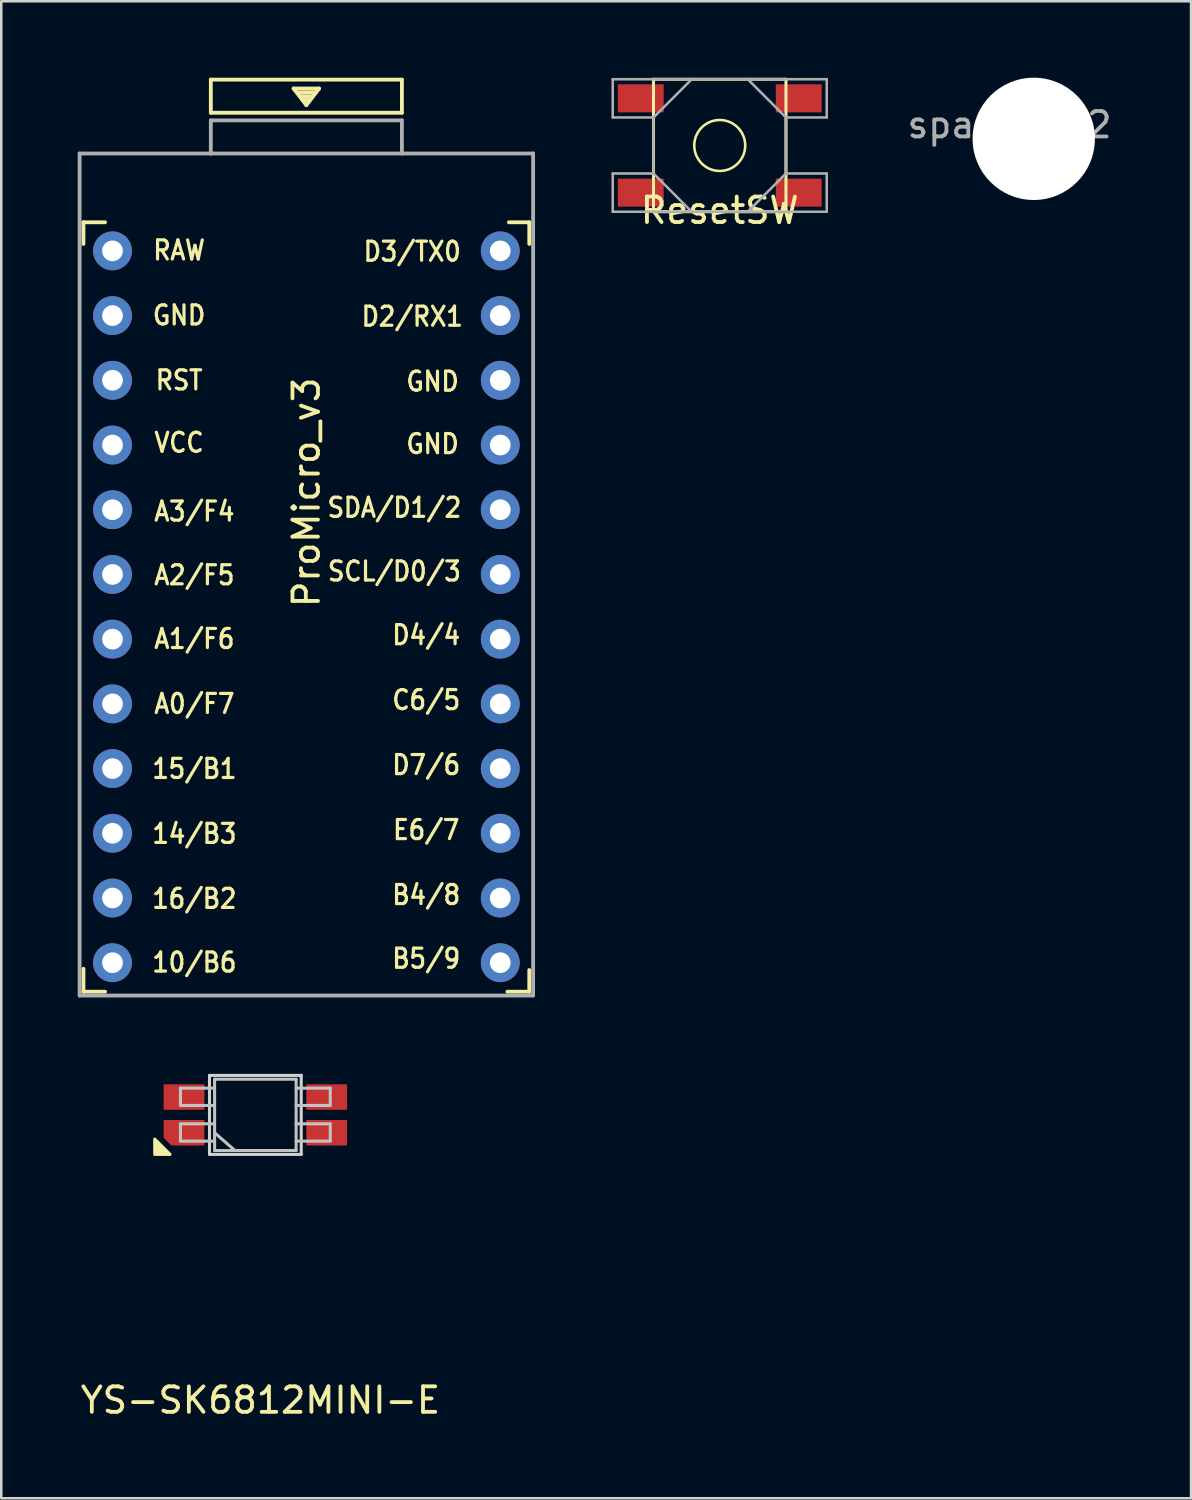
<source format=kicad_pcb>
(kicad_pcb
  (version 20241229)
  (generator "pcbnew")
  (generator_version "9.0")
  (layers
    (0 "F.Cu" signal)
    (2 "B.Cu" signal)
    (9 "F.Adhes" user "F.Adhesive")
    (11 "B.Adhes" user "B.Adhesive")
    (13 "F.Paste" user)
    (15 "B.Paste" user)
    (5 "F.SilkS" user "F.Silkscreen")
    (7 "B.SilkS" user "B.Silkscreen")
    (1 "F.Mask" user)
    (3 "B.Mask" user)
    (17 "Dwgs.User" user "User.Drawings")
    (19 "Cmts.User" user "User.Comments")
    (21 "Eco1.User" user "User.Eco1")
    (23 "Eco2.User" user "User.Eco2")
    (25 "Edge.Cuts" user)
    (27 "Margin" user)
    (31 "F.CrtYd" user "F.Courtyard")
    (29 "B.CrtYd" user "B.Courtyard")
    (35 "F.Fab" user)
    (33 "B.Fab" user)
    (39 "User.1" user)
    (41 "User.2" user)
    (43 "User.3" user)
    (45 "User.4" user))
  (footprint "YS-SK6812MINI-E"
    (layer "F.Cu")
    (at 6.973 40.71)
    (property "Reference" "YS-SK6812MINI-E" (at 0.2 11.2 0) (layer "F.SilkS") (effects (font (size 1 1) (thickness 0.15))))
    (attr smd)
    (fp_poly (pts (xy -3.35 1.55) (xy -3.95 0.95) (xy -3.95 1.55)) (stroke (width 0.12) (type solid)) (fill yes) (layer "F.SilkS"))
    (fp_line (start -2.94 -1.05) (end -2.94 -0.37) (stroke (width 0.12) (type solid)) (layer "Dwgs.User"))
    (fp_line (start -2.94 -0.37) (end -1.6 -0.37) (stroke (width 0.12) (type solid)) (layer "Dwgs.User"))
    (fp_line (start -2.94 0.35) (end -2.94 1.03) (stroke (width 0.12) (type solid)) (layer "Dwgs.User"))
    (fp_line (start -2.94 1.03) (end -1.6 1.03) (stroke (width 0.12) (type solid)) (layer "Dwgs.User"))
    (fp_line (start -1.6 -1.4) (end -1.6 1.4) (stroke (width 0.12) (type solid)) (layer "Dwgs.User"))
    (fp_line (start -1.6 -1.4) (end 1.6 -1.4) (stroke (width 0.12) (type solid)) (layer "Dwgs.User"))
    (fp_line (start -1.6 -1.05) (end -2.94 -1.05) (stroke (width 0.12) (type solid)) (layer "Dwgs.User"))
    (fp_line (start -1.6 0.35) (end -2.94 0.35) (stroke (width 0.12) (type solid)) (layer "Dwgs.User"))
    (fp_line (start -1.6 0.7) (end -0.8 1.4) (stroke (width 0.12) (type solid)) (layer "Dwgs.User"))
    (fp_line (start -1.6 1.4) (end 1.6 1.4) (stroke (width 0.12) (type solid)) (layer "Dwgs.User"))
    (fp_line (start 1.6 -1.4) (end 1.6 1.4) (stroke (width 0.12) (type solid)) (layer "Dwgs.User"))
    (fp_line (start 1.6 -0.37) (end 2.94 -0.37) (stroke (width 0.12) (type solid)) (layer "Dwgs.User"))
    (fp_line (start 1.6 1.03) (end 2.94 1.03) (stroke (width 0.12) (type solid)) (layer "Dwgs.User"))
    (fp_line (start 2.94 -1.05) (end 1.6 -1.05) (stroke (width 0.12) (type solid)) (layer "Dwgs.User"))
    (fp_line (start 2.94 -0.37) (end 2.94 -1.05) (stroke (width 0.12) (type solid)) (layer "Dwgs.User"))
    (fp_line (start 2.94 0.35) (end 1.6 0.35) (stroke (width 0.12) (type solid)) (layer "Dwgs.User"))
    (fp_line (start 2.94 1.03) (end 2.94 0.35) (stroke (width 0.12) (type solid)) (layer "Dwgs.User"))
    (fp_line (start -1.8 -1.55) (end -1.8 1.55) (stroke (width 0.12) (type solid)) (layer "Edge.Cuts"))
    (fp_line (start -1.8 1.55) (end 1.8 1.55) (stroke (width 0.12) (type solid)) (layer "Edge.Cuts"))
    (fp_line (start 1.8 -1.55) (end -1.8 -1.55) (stroke (width 0.12) (type solid)) (layer "Edge.Cuts"))
    (fp_line (start 1.8 1.55) (end 1.8 -1.55) (stroke (width 0.12) (type solid)) (layer "Edge.Cuts"))
    (pad "1" smd rect (at 2.8 -0.7) (size 1.6 1) (layers "F.Cu" "F.Mask" "F.Paste"))
    (pad "2" smd rect (at 2.8 0.7) (size 1.6 1) (layers "F.Cu" "F.Mask" "F.Paste"))
    (pad "3" smd custom (at -2.8 0.7) (size 1.6 0.4) (layers "F.Cu" "F.Mask" "F.Paste") (options (anchor rect)) (primitives (gr_poly (pts (xy 0.8 0.5) (xy 0.8 -0.5) (xy -0.8 -0.5) (xy -0.8 0.2) (xy -0.5 0.5)) (width 0) (fill yes))))
    (pad "4" smd rect (at -2.8 -0.7) (size 1.6 1) (layers "F.Cu" "F.Mask" "F.Paste")))
  (footprint "ProMicro_v3"
    (layer "F.Cu")
    (at 8.975 21.275)
    (property "Reference" "ProMicro_v3" (at 0 -5 270) (layer "F.SilkS") (effects (font (size 1 1) (thickness 0.15))))
    (attr through_hole)
    (fp_line (start -8.75 -15.6) (end -8.75 -14.75) (stroke (width 0.15) (type solid)) (layer "F.SilkS"))
    (fp_line (start -8.75 -15.6) (end -7.9 -15.6) (stroke (width 0.15) (type solid)) (layer "F.SilkS"))
    (fp_line (start -8.75 13.7) (end -8.75 14.6) (stroke (width 0.15) (type solid)) (layer "F.SilkS"))
    (fp_line (start -8.75 14.6) (end -7.9 14.6) (stroke (width 0.15) (type solid)) (layer "F.SilkS"))
    (fp_line (start -3.75 -21.2) (end -3.75 -19.9) (stroke (width 0.15) (type solid)) (layer "F.SilkS"))
    (fp_line (start -3.75 -19.9) (end 3.75 -19.9) (stroke (width 0.15) (type solid)) (layer "F.SilkS"))
    (fp_line (start -0.5 -20.85) (end 0.5 -20.85) (stroke (width 0.15) (type solid)) (layer "F.SilkS"))
    (fp_line (start -0.35 -20.7) (end 0.35 -20.7) (stroke (width 0.15) (type solid)) (layer "F.SilkS"))
    (fp_line (start -0.25 -20.55) (end 0.25 -20.55) (stroke (width 0.15) (type solid)) (layer "F.SilkS"))
    (fp_line (start -0.15 -20.4) (end 0.15 -20.4) (stroke (width 0.15) (type solid)) (layer "F.SilkS"))
    (fp_line (start 0 -20.2) (end -0.5 -20.85) (stroke (width 0.15) (type solid)) (layer "F.SilkS"))
    (fp_line (start 0.5 -20.85) (end 0 -20.2) (stroke (width 0.15) (type solid)) (layer "F.SilkS"))
    (fp_line (start 3.75 -21.2) (end -3.75 -21.2) (stroke (width 0.15) (type solid)) (layer "F.SilkS"))
    (fp_line (start 3.75 -19.9) (end 3.75 -21.2) (stroke (width 0.15) (type solid)) (layer "F.SilkS"))
    (fp_line (start 8.75 -15.6) (end 7.95 -15.6) (stroke (width 0.15) (type solid)) (layer "F.SilkS"))
    (fp_line (start 8.75 -15.6) (end 8.75 -14.75) (stroke (width 0.15) (type solid)) (layer "F.SilkS"))
    (fp_line (start 8.75 13.75) (end 8.75 14.6) (stroke (width 0.15) (type solid)) (layer "F.SilkS"))
    (fp_line (start 8.75 14.6) (end 7.89 14.6) (stroke (width 0.15) (type solid)) (layer "F.SilkS"))
    (fp_line (start -8.9 -18.3) (end -3.75 -18.3) (stroke (width 0.15) (type solid)) (layer "F.Fab"))
    (fp_line (start -8.9 14.75) (end -8.9 -18.3) (stroke (width 0.15) (type solid)) (layer "F.Fab"))
    (fp_line (start -3.75 -19.6) (end -3.75 -18.299) (stroke (width 0.15) (type solid)) (layer "F.Fab"))
    (fp_line (start -3.75 -19.6) (end 3.75 -19.6) (stroke (width 0.15) (type solid)) (layer "F.Fab"))
    (fp_line (start -3.75 -18.3) (end 3.75 -18.3) (stroke (width 0.15) (type solid)) (layer "F.Fab"))
    (fp_line (start 3.75 -19.6) (end 3.75 -18.3) (stroke (width 0.15) (type solid)) (layer "F.Fab"))
    (fp_line (start 3.76 -18.3) (end 8.9 -18.3) (stroke (width 0.15) (type solid)) (layer "F.Fab"))
    (fp_line (start 8.9 -18.3) (end 8.9 14.75) (stroke (width 0.15) (type solid)) (layer "F.Fab"))
    (fp_line (start 8.9 14.75) (end -8.9 14.75) (stroke (width 0.15) (type solid)) (layer "F.Fab"))
    (fp_text user "B4/8" (at 4.705 10.8 0) (unlocked yes) (layer "F.SilkS") (effects (font (size 0.75 0.67) (thickness 0.125))))
    (fp_text user "A3/F4" (at -4.395 -4.25 0) (unlocked yes) (layer "F.SilkS") (effects (font (size 0.75 0.67) (thickness 0.125))))
    (fp_text user "10/B6" (at -4.395 13.45 0) (unlocked yes) (layer "F.SilkS") (effects (font (size 0.75 0.67) (thickness 0.125))))
    (fp_text user "D3/TX0" (at 4.155 -14.45 0) (unlocked yes) (layer "F.SilkS") (effects (font (size 0.75 0.67) (thickness 0.125))))
    (fp_text user "RST" (at -4.995 -9.4 0) (unlocked yes) (layer "F.SilkS") (effects (font (size 0.75 0.67) (thickness 0.125))))
    (fp_text user "VCC" (at -4.995 -6.95 0) (unlocked yes) (layer "F.SilkS") (effects (font (size 0.75 0.67) (thickness 0.125))))
    (fp_text user "GND" (at 4.955 -6.9 0) (unlocked yes) (layer "F.SilkS") (effects (font (size 0.75 0.67) (thickness 0.125))))
    (fp_text user "SDA/D1/2" (at 3.455 -4.4 0) (unlocked yes) (layer "F.SilkS") (effects (font (size 0.75 0.67) (thickness 0.125))))
    (fp_text user "A1/F6" (at -4.395 0.75 0) (unlocked yes) (layer "F.SilkS") (effects (font (size 0.75 0.67) (thickness 0.125))))
    (fp_text user "A2/F5" (at -4.395 -1.75 0) (unlocked yes) (layer "F.SilkS") (effects (font (size 0.75 0.67) (thickness 0.125))))
    (fp_text user "D7/6" (at 4.705 5.7 0) (unlocked yes) (layer "F.SilkS") (effects (font (size 0.75 0.67) (thickness 0.125))))
    (fp_text user "B5/9" (at 4.705 13.3 0) (unlocked yes) (layer "F.SilkS") (effects (font (size 0.75 0.67) (thickness 0.125))))
    (fp_text user "E6/7" (at 4.705 8.25 0) (unlocked yes) (layer "F.SilkS") (effects (font (size 0.75 0.67) (thickness 0.125))))
    (fp_text user "C6/5" (at 4.705 3.15 0) (unlocked yes) (layer "F.SilkS") (effects (font (size 0.75 0.67) (thickness 0.125))))
    (fp_text user "GND" (at -4.995 -11.95 0) (unlocked yes) (layer "F.SilkS") (effects (font (size 0.75 0.67) (thickness 0.125))))
    (fp_text user "A0/F7" (at -4.395 3.3 0) (unlocked yes) (layer "F.SilkS") (effects (font (size 0.75 0.67) (thickness 0.125))))
    (fp_text user "14/B3" (at -4.395 8.4 0) (unlocked yes) (layer "F.SilkS") (effects (font (size 0.75 0.67) (thickness 0.125))))
    (fp_text user "D2/RX1" (at 4.155 -11.9 0) (unlocked yes) (layer "F.SilkS") (effects (font (size 0.75 0.67) (thickness 0.125))))
    (fp_text user "16/B2" (at -4.395 10.95 0) (unlocked yes) (layer "F.SilkS") (effects (font (size 0.75 0.67) (thickness 0.125))))
    (fp_text user "GND" (at 4.955 -9.35 0) (unlocked yes) (layer "F.SilkS") (effects (font (size 0.75 0.67) (thickness 0.125))))
    (fp_text user "15/B1" (at -4.395 5.85 0) (unlocked yes) (layer "F.SilkS") (effects (font (size 0.75 0.67) (thickness 0.125))))
    (fp_text user "SCL/D0/3" (at 3.455 -1.9 0) (unlocked yes) (layer "F.SilkS") (effects (font (size 0.75 0.67) (thickness 0.125))))
    (fp_text user "RAW" (at -4.995 -14.5 0) (unlocked yes) (layer "F.SilkS") (effects (font (size 0.75 0.67) (thickness 0.125))))
    (fp_text user "D4/4" (at 4.705 0.6 0) (unlocked yes) (layer "F.SilkS") (effects (font (size 0.75 0.67) (thickness 0.125))))
    (pad "1" thru_hole circle (at 7.611 -14.478) (size 1.524 1.524) (drill 0.813) (layers "*.Cu" "B.Mask"))
    (pad "2" thru_hole circle (at 7.611 -11.938) (size 1.524 1.524) (drill 0.813) (layers "*.Cu" "B.Mask"))
    (pad "3" thru_hole circle (at 7.611 -9.398) (size 1.524 1.524) (drill 0.813) (layers "*.Cu" "B.Mask"))
    (pad "4" thru_hole circle (at 7.611 -6.858) (size 1.524 1.524) (drill 0.813) (layers "*.Cu" "B.Mask"))
    (pad "5" thru_hole circle (at 7.611 -4.318) (size 1.524 1.524) (drill 0.813) (layers "*.Cu" "B.Mask"))
    (pad "6" thru_hole circle (at 7.611 -1.778) (size 1.524 1.524) (drill 0.813) (layers "*.Cu" "B.Mask"))
    (pad "7" thru_hole circle (at 7.611 0.762) (size 1.524 1.524) (drill 0.813) (layers "*.Cu" "B.Mask"))
    (pad "8" thru_hole circle (at 7.611 3.302) (size 1.524 1.524) (drill 0.813) (layers "*.Cu" "B.Mask"))
    (pad "9" thru_hole circle (at 7.611 5.842) (size 1.524 1.524) (drill 0.813) (layers "*.Cu" "B.Mask"))
    (pad "10" thru_hole circle (at 7.611 8.382) (size 1.524 1.524) (drill 0.813) (layers "*.Cu" "B.Mask"))
    (pad "11" thru_hole circle (at 7.611 10.922) (size 1.524 1.524) (drill 0.813) (layers "*.Cu" "B.Mask"))
    (pad "12" thru_hole circle (at 7.611 13.462) (size 1.524 1.524) (drill 0.813) (layers "*.Cu" "B.Mask"))
    (pad "13" thru_hole circle (at -7.609 13.462) (size 1.524 1.524) (drill 0.813) (layers "*.Cu" "B.Mask"))
    (pad "14" thru_hole circle (at -7.609 10.922) (size 1.524 1.524) (drill 0.813) (layers "*.Cu" "B.Mask"))
    (pad "15" thru_hole circle (at -7.609 8.382) (size 1.524 1.524) (drill 0.813) (layers "*.Cu" "B.Mask"))
    (pad "16" thru_hole circle (at -7.609 5.842) (size 1.524 1.524) (drill 0.813) (layers "*.Cu" "B.Mask"))
    (pad "17" thru_hole circle (at -7.609 3.302) (size 1.524 1.524) (drill 0.813) (layers "*.Cu" "B.Mask"))
    (pad "18" thru_hole circle (at -7.609 0.762) (size 1.524 1.524) (drill 0.813) (layers "*.Cu" "B.Mask"))
    (pad "19" thru_hole circle (at -7.609 -1.778) (size 1.524 1.524) (drill 0.813) (layers "*.Cu" "B.Mask"))
    (pad "20" thru_hole circle (at -7.609 -4.318) (size 1.524 1.524) (drill 0.813) (layers "*.Cu" "B.Mask"))
    (pad "21" thru_hole circle (at -7.609 -6.858) (size 1.524 1.524) (drill 0.813) (layers "*.Cu" "B.Mask"))
    (pad "22" thru_hole circle (at -7.609 -9.398) (size 1.524 1.524) (drill 0.813) (layers "*.Cu" "B.Mask"))
    (pad "23" thru_hole circle (at -7.609 -11.938) (size 1.524 1.524) (drill 0.813) (layers "*.Cu" "B.Mask"))
    (pad "24" thru_hole circle (at -7.609 -14.478) (size 1.524 1.524) (drill 0.813) (layers "*.Cu" "B.Mask")))
  (footprint "ResetSW"
    (layer "F.Cu")
    (at 25.2 2.66)
    (property "Reference" "ResetSW" (at 0 2.55 0) (layer "F.SilkS") (effects (font (size 1 1) (thickness 0.15))))
    (attr through_hole)
    (fp_line (start -2.6 -2.6) (end -2.6 2.6) (stroke (width 0.12) (type solid)) (layer "F.SilkS"))
    (fp_line (start -2.6 -2.6) (end 2.6 -2.6) (stroke (width 0.12) (type solid)) (layer "F.SilkS"))
    (fp_line (start -2.6 2.6) (end 2.6 2.6) (stroke (width 0.12) (type solid)) (layer "F.SilkS"))
    (fp_line (start 2.6 -2.6) (end 2.6 2.6) (stroke (width 0.12) (type solid)) (layer "F.SilkS"))
    (fp_circle (center 0 0) (end 1 0) (stroke (width 0.1) (type solid)) (fill no) (layer "F.SilkS"))
    (fp_line (start -4.2 -2.6) (end 4.2 -2.6) (stroke (width 0.1) (type solid)) (layer "F.Fab"))
    (fp_line (start -4.2 -1.1) (end -4.2 -2.6) (stroke (width 0.1) (type solid)) (layer "F.Fab"))
    (fp_line (start -4.2 1.1) (end -2.6 1.1) (stroke (width 0.1) (type solid)) (layer "F.Fab"))
    (fp_line (start -4.2 2.6) (end -4.2 1.1) (stroke (width 0.1) (type solid)) (layer "F.Fab"))
    (fp_line (start -2.6 -1.1) (end -4.2 -1.1) (stroke (width 0.1) (type solid)) (layer "F.Fab"))
    (fp_line (start -2.6 -1.1) (end -1.1 -2.6) (stroke (width 0.1) (type solid)) (layer "F.Fab"))
    (fp_line (start -2.6 1.1) (end -2.6 -1.1) (stroke (width 0.1) (type solid)) (layer "F.Fab"))
    (fp_line (start -2.6 1.1) (end -1.1 2.6) (stroke (width 0.1) (type solid)) (layer "F.Fab"))
    (fp_line (start 2.6 -1.1) (end 1.1 -2.6) (stroke (width 0.1) (type solid)) (layer "F.Fab"))
    (fp_line (start 2.6 -1.1) (end 2.6 1.1) (stroke (width 0.1) (type solid)) (layer "F.Fab"))
    (fp_line (start 2.6 1.1) (end 1.1 2.6) (stroke (width 0.1) (type solid)) (layer "F.Fab"))
    (fp_line (start 2.6 1.1) (end 4.2 1.1) (stroke (width 0.1) (type solid)) (layer "F.Fab"))
    (fp_line (start 4.2 -2.6) (end 4.2 -1.1) (stroke (width 0.1) (type solid)) (layer "F.Fab"))
    (fp_line (start 4.2 -1.1) (end 2.6 -1.1) (stroke (width 0.1) (type solid)) (layer "F.Fab"))
    (fp_line (start 4.2 1.1) (end 4.2 2.6) (stroke (width 0.1) (type solid)) (layer "F.Fab"))
    (fp_line (start 4.2 2.6) (end -4.2 2.6) (stroke (width 0.1) (type solid)) (layer "F.Fab"))
    (pad "1" smd rect (at -3.1 1.85) (size 1.8 1.1) (layers "F.Cu" "F.Mask" "F.Paste"))
    (pad "1" smd rect (at 3.1 1.85) (size 1.8 1.1) (layers "F.Cu" "F.Mask" "F.Paste"))
    (pad "2" smd rect (at -3.1 -1.85) (size 1.8 1.1) (layers "F.Cu" "F.Mask" "F.Paste"))
    (pad "2" smd rect (at 3.1 -1.85) (size 1.8 1.1) (layers "F.Cu" "F.Mask" "F.Paste")))
  (footprint "spacer_m2"
    (layer "F.Cu")
    (at 37.525 2.4)
    (property "Reference" "spacer_m2" (at -0.95 -0.55 0) (layer "F.Fab") (effects (font (size 1 1) (thickness 0.15))))
    (attr exclude_from_pos_files exclude_from_bom)
    (pad "" np_thru_hole circle (at 0 0) (size 4.8 4.8) (drill 4.8) (layers "*.Cu" "*.Mask")))
  (gr_rect
    (start -3 -3)
    (end 43.7 55.758)
    (stroke (width 0.1) (type default))
    (fill no)
    (layer "Edge.Cuts")))
</source>
